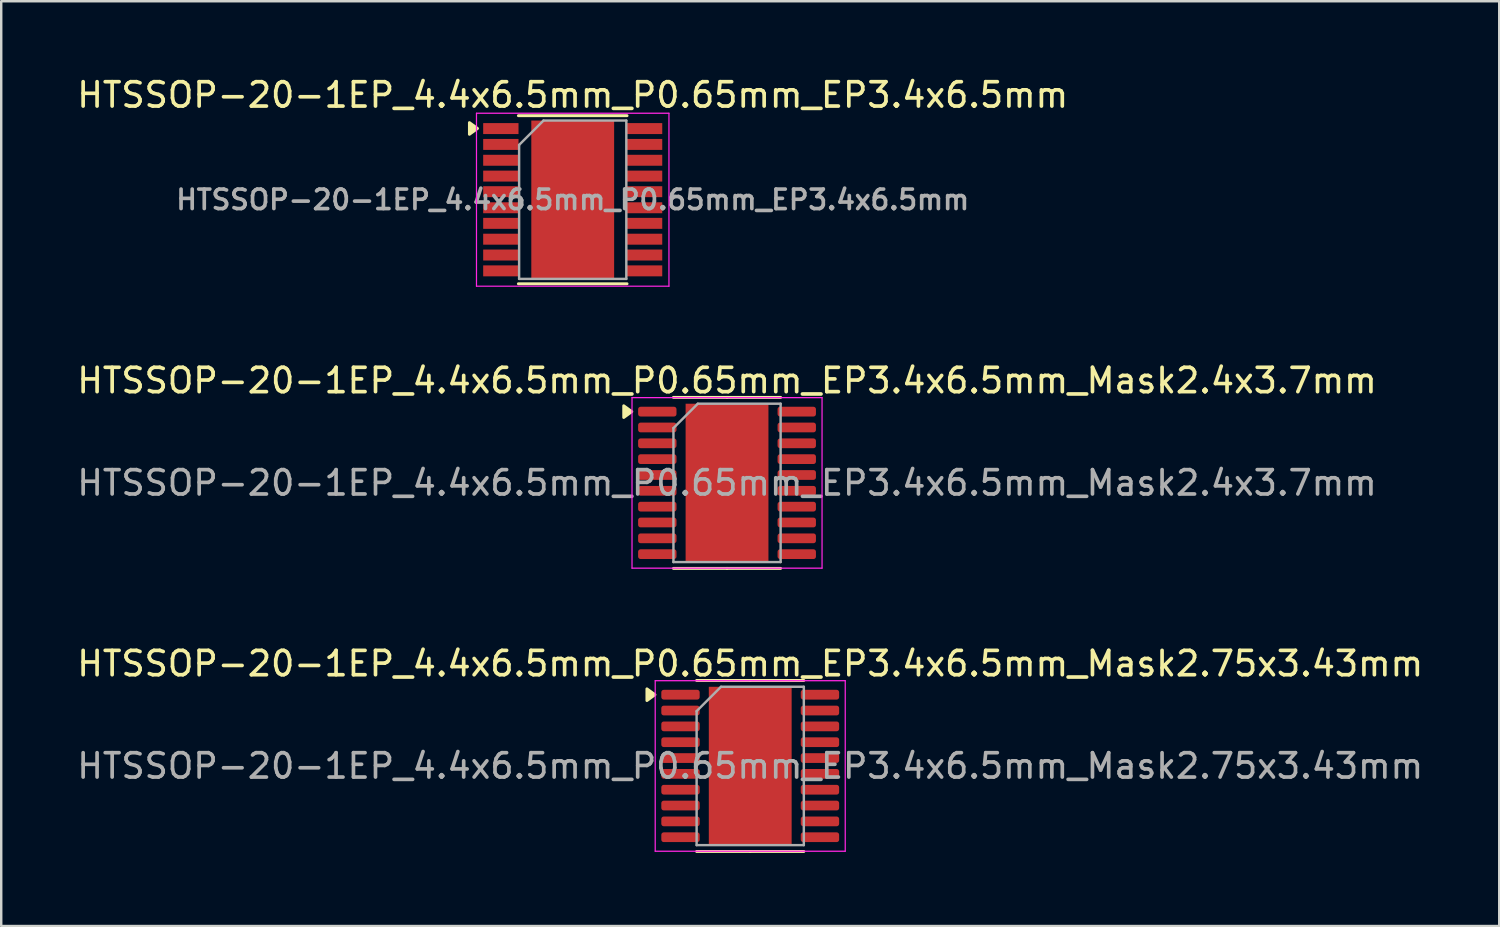
<source format=kicad_pcb>
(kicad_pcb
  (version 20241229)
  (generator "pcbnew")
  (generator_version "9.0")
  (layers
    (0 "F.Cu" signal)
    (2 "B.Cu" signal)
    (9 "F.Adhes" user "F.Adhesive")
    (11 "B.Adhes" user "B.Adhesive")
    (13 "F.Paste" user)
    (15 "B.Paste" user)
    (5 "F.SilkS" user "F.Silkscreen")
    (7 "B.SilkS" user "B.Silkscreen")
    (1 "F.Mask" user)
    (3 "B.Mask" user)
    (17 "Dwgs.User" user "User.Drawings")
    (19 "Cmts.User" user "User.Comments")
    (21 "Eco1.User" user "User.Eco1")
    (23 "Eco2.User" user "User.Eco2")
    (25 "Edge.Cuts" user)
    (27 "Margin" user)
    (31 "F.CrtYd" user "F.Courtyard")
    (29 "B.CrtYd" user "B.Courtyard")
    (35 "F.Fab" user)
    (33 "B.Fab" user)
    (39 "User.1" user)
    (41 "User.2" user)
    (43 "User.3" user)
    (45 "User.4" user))
  (footprint "HTSSOP-20-1EP_4.4x6.5mm_P0.65mm_EP3.4x6.5mm_Mask2.75x3.43mm"
    (layer "F.Cu")
    (at 27.744 28.39)
    (property "Reference" "HTSSOP-20-1EP_4.4x6.5mm_P0.65mm_EP3.4x6.5mm_Mask2.75x3.43mm" (at 0 -4.2 0) (layer "F.SilkS") (effects (font (size 1 1) (thickness 0.15))))
    (attr smd)
    (fp_line (start 0 -3.51) (end -2.2 -3.51) (stroke (width 0.12) (type solid)) (layer "F.SilkS"))
    (fp_line (start 0 -3.51) (end 2.2 -3.51) (stroke (width 0.12) (type solid)) (layer "F.SilkS"))
    (fp_line (start 0 3.51) (end -2.2 3.51) (stroke (width 0.12) (type solid)) (layer "F.SilkS"))
    (fp_line (start 0 3.51) (end 2.2 3.51) (stroke (width 0.12) (type solid)) (layer "F.SilkS"))
    (fp_poly (pts (xy -3.91 -2.925) (xy -4.24 -3.165) (xy -4.24 -2.685) (xy -3.91 -2.925)) (stroke (width 0.12) (type solid)) (fill yes) (layer "F.SilkS"))
    (fp_line (start -3.9 -3.5) (end -3.9 3.5) (stroke (width 0.05) (type solid)) (layer "F.CrtYd"))
    (fp_line (start -3.9 3.5) (end 3.9 3.5) (stroke (width 0.05) (type solid)) (layer "F.CrtYd"))
    (fp_line (start 3.9 -3.5) (end -3.9 -3.5) (stroke (width 0.05) (type solid)) (layer "F.CrtYd"))
    (fp_line (start 3.9 3.5) (end 3.9 -3.5) (stroke (width 0.05) (type solid)) (layer "F.CrtYd"))
    (fp_line (start -2.2 -2.25) (end -1.2 -3.25) (stroke (width 0.1) (type solid)) (layer "F.Fab"))
    (fp_line (start -2.2 3.25) (end -2.2 -2.25) (stroke (width 0.1) (type solid)) (layer "F.Fab"))
    (fp_line (start -1.2 -3.25) (end 2.2 -3.25) (stroke (width 0.1) (type solid)) (layer "F.Fab"))
    (fp_line (start 2.2 -3.25) (end 2.2 3.25) (stroke (width 0.1) (type solid)) (layer "F.Fab"))
    (fp_line (start 2.2 3.25) (end -2.2 3.25) (stroke (width 0.1) (type solid)) (layer "F.Fab"))
    (fp_text user "${REFERENCE}" (at 0 0 0) (layer "F.Fab") (effects (font (size 1 1) (thickness 0.15))))
    (pad "" smd roundrect (at -0.69 -0.86) (size 1.11 1.38) (layers "F.Paste") (roundrect_rratio 0.225))
    (pad "" smd roundrect (at -0.69 0.86) (size 1.11 1.38) (layers "F.Paste") (roundrect_rratio 0.225))
    (pad "" smd rect (at 0 0) (size 2.75 3.43) (layers "F.Mask"))
    (pad "" smd roundrect (at 0.69 -0.86) (size 1.11 1.38) (layers "F.Paste") (roundrect_rratio 0.225))
    (pad "" smd roundrect (at 0.69 0.86) (size 1.11 1.38) (layers "F.Paste") (roundrect_rratio 0.225))
    (pad "1" smd roundrect (at -2.862 -2.925) (size 1.575 0.4) (layers "F.Cu" "F.Mask" "F.Paste") (roundrect_rratio 0.25))
    (pad "2" smd roundrect (at -2.862 -2.275) (size 1.575 0.4) (layers "F.Cu" "F.Mask" "F.Paste") (roundrect_rratio 0.25))
    (pad "3" smd roundrect (at -2.862 -1.625) (size 1.575 0.4) (layers "F.Cu" "F.Mask" "F.Paste") (roundrect_rratio 0.25))
    (pad "4" smd roundrect (at -2.862 -0.975) (size 1.575 0.4) (layers "F.Cu" "F.Mask" "F.Paste") (roundrect_rratio 0.25))
    (pad "5" smd roundrect (at -2.862 -0.325) (size 1.575 0.4) (layers "F.Cu" "F.Mask" "F.Paste") (roundrect_rratio 0.25))
    (pad "6" smd roundrect (at -2.862 0.325) (size 1.575 0.4) (layers "F.Cu" "F.Mask" "F.Paste") (roundrect_rratio 0.25))
    (pad "7" smd roundrect (at -2.862 0.975) (size 1.575 0.4) (layers "F.Cu" "F.Mask" "F.Paste") (roundrect_rratio 0.25))
    (pad "8" smd roundrect (at -2.862 1.625) (size 1.575 0.4) (layers "F.Cu" "F.Mask" "F.Paste") (roundrect_rratio 0.25))
    (pad "9" smd roundrect (at -2.862 2.275) (size 1.575 0.4) (layers "F.Cu" "F.Mask" "F.Paste") (roundrect_rratio 0.25))
    (pad "10" smd roundrect (at -2.862 2.925) (size 1.575 0.4) (layers "F.Cu" "F.Mask" "F.Paste") (roundrect_rratio 0.25))
    (pad "11" smd roundrect (at 2.862 2.925) (size 1.575 0.4) (layers "F.Cu" "F.Mask" "F.Paste") (roundrect_rratio 0.25))
    (pad "12" smd roundrect (at 2.862 2.275) (size 1.575 0.4) (layers "F.Cu" "F.Mask" "F.Paste") (roundrect_rratio 0.25))
    (pad "13" smd roundrect (at 2.862 1.625) (size 1.575 0.4) (layers "F.Cu" "F.Mask" "F.Paste") (roundrect_rratio 0.25))
    (pad "14" smd roundrect (at 2.862 0.975) (size 1.575 0.4) (layers "F.Cu" "F.Mask" "F.Paste") (roundrect_rratio 0.25))
    (pad "15" smd roundrect (at 2.862 0.325) (size 1.575 0.4) (layers "F.Cu" "F.Mask" "F.Paste") (roundrect_rratio 0.25))
    (pad "16" smd roundrect (at 2.862 -0.325) (size 1.575 0.4) (layers "F.Cu" "F.Mask" "F.Paste") (roundrect_rratio 0.25))
    (pad "17" smd roundrect (at 2.862 -0.975) (size 1.575 0.4) (layers "F.Cu" "F.Mask" "F.Paste") (roundrect_rratio 0.25))
    (pad "18" smd roundrect (at 2.862 -1.625) (size 1.575 0.4) (layers "F.Cu" "F.Mask" "F.Paste") (roundrect_rratio 0.25))
    (pad "19" smd roundrect (at 2.862 -2.275) (size 1.575 0.4) (layers "F.Cu" "F.Mask" "F.Paste") (roundrect_rratio 0.25))
    (pad "20" smd roundrect (at 2.862 -2.925) (size 1.575 0.4) (layers "F.Cu" "F.Mask" "F.Paste") (roundrect_rratio 0.25))
    (pad "21" smd rect (at 0 0) (size 3.4 6.5) (property pad_prop_heatsink) (layers "F.Cu")))
  (footprint "HTSSOP-20-1EP_4.4x6.5mm_P0.65mm_EP3.4x6.5mm"
    (layer "F.Cu")
    (at 20.458 5.148)
    (property "Reference" "HTSSOP-20-1EP_4.4x6.5mm_P0.65mm_EP3.4x6.5mm" (at 0 -4.3 0) (layer "F.SilkS") (effects (font (size 1 1) (thickness 0.15))))
    (attr smd)
    (fp_line (start -2.23 -3.45) (end 2.23 -3.45) (stroke (width 0.12) (type solid)) (layer "F.SilkS"))
    (fp_line (start -2.23 3.45) (end 2.23 3.45) (stroke (width 0.12) (type solid)) (layer "F.SilkS"))
    (fp_poly (pts (xy -3.91 -2.925) (xy -4.24 -3.165) (xy -4.24 -2.685) (xy -3.91 -2.925)) (stroke (width 0.12) (type solid)) (fill yes) (layer "F.SilkS"))
    (fp_line (start -3.95 -3.55) (end -3.95 3.55) (stroke (width 0.05) (type solid)) (layer "F.CrtYd"))
    (fp_line (start -3.95 -3.55) (end 3.95 -3.55) (stroke (width 0.05) (type solid)) (layer "F.CrtYd"))
    (fp_line (start -3.95 3.55) (end 3.95 3.55) (stroke (width 0.05) (type solid)) (layer "F.CrtYd"))
    (fp_line (start 3.95 -3.55) (end 3.95 3.55) (stroke (width 0.05) (type solid)) (layer "F.CrtYd"))
    (fp_line (start -2.2 -2.25) (end -1.2 -3.25) (stroke (width 0.1) (type solid)) (layer "F.Fab"))
    (fp_line (start -2.2 3.25) (end -2.2 -2.25) (stroke (width 0.1) (type solid)) (layer "F.Fab"))
    (fp_line (start -1.2 -3.25) (end 2.2 -3.25) (stroke (width 0.1) (type solid)) (layer "F.Fab"))
    (fp_line (start 2.2 -3.25) (end 2.2 3.25) (stroke (width 0.1) (type solid)) (layer "F.Fab"))
    (fp_line (start 2.2 3.25) (end -2.2 3.25) (stroke (width 0.1) (type solid)) (layer "F.Fab"))
    (fp_text user "${REFERENCE}" (at 0 0 0) (layer "F.Fab") (effects (font (size 0.8 0.8) (thickness 0.15))))
    (pad "" smd rect (at -0.85 -2.438) (size 1.4 1.325) (layers "F.Paste"))
    (pad "" smd rect (at -0.85 -0.812) (size 1.4 1.325) (layers "F.Paste"))
    (pad "" smd rect (at -0.85 0.812) (size 1.4 1.325) (layers "F.Paste"))
    (pad "" smd rect (at -0.85 2.438) (size 1.4 1.325) (layers "F.Paste"))
    (pad "" smd rect (at 0.85 -2.438) (size 1.4 1.325) (layers "F.Paste"))
    (pad "" smd rect (at 0.85 -0.812) (size 1.4 1.325) (layers "F.Paste"))
    (pad "" smd rect (at 0.85 0.812) (size 1.4 1.325) (layers "F.Paste"))
    (pad "" smd rect (at 0.85 2.438) (size 1.4 1.325) (layers "F.Paste"))
    (pad "1" smd rect (at -2.95 -2.92) (size 1.45 0.45) (layers "F.Cu" "F.Mask" "F.Paste"))
    (pad "2" smd rect (at -2.95 -2.27) (size 1.45 0.45) (layers "F.Cu" "F.Mask" "F.Paste"))
    (pad "3" smd rect (at -2.95 -1.62) (size 1.45 0.45) (layers "F.Cu" "F.Mask" "F.Paste"))
    (pad "4" smd rect (at -2.95 -0.97) (size 1.45 0.45) (layers "F.Cu" "F.Mask" "F.Paste"))
    (pad "5" smd rect (at -2.95 -0.33) (size 1.45 0.45) (layers "F.Cu" "F.Mask" "F.Paste"))
    (pad "6" smd rect (at -2.95 0.33) (size 1.45 0.45) (layers "F.Cu" "F.Mask" "F.Paste"))
    (pad "7" smd rect (at -2.95 0.97) (size 1.45 0.45) (layers "F.Cu" "F.Mask" "F.Paste"))
    (pad "8" smd rect (at -2.95 1.62) (size 1.45 0.45) (layers "F.Cu" "F.Mask" "F.Paste"))
    (pad "9" smd rect (at -2.95 2.27) (size 1.45 0.45) (layers "F.Cu" "F.Mask" "F.Paste"))
    (pad "10" smd rect (at -2.95 2.92) (size 1.45 0.45) (layers "F.Cu" "F.Mask" "F.Paste"))
    (pad "11" smd rect (at 2.95 2.92) (size 1.45 0.45) (layers "F.Cu" "F.Mask" "F.Paste"))
    (pad "12" smd rect (at 2.95 2.27) (size 1.45 0.45) (layers "F.Cu" "F.Mask" "F.Paste"))
    (pad "13" smd rect (at 2.95 1.62) (size 1.45 0.45) (layers "F.Cu" "F.Mask" "F.Paste"))
    (pad "14" smd rect (at 2.95 0.97) (size 1.45 0.45) (layers "F.Cu" "F.Mask" "F.Paste"))
    (pad "15" smd rect (at 2.95 0.33) (size 1.45 0.45) (layers "F.Cu" "F.Mask" "F.Paste"))
    (pad "16" smd rect (at 2.95 -0.33) (size 1.45 0.45) (layers "F.Cu" "F.Mask" "F.Paste"))
    (pad "17" smd rect (at 2.95 -0.97) (size 1.45 0.45) (layers "F.Cu" "F.Mask" "F.Paste"))
    (pad "18" smd rect (at 2.95 -1.62) (size 1.45 0.45) (layers "F.Cu" "F.Mask" "F.Paste"))
    (pad "19" smd rect (at 2.95 -2.27) (size 1.45 0.45) (layers "F.Cu" "F.Mask" "F.Paste"))
    (pad "20" smd rect (at 2.95 -2.92) (size 1.45 0.45) (layers "F.Cu" "F.Mask" "F.Paste"))
    (pad "21" smd rect (at 0 0) (size 3.4 6.5) (layers "F.Cu" "F.Mask")))
  (footprint "HTSSOP-20-1EP_4.4x6.5mm_P0.65mm_EP3.4x6.5mm_Mask2.4x3.7mm"
    (layer "F.Cu")
    (at 26.792 16.771)
    (property "Reference" "HTSSOP-20-1EP_4.4x6.5mm_P0.65mm_EP3.4x6.5mm_Mask2.4x3.7mm" (at 0 -4.2 0) (layer "F.SilkS") (effects (font (size 1 1) (thickness 0.15))))
    (attr smd)
    (fp_line (start 0 -3.51) (end -2.2 -3.51) (stroke (width 0.12) (type solid)) (layer "F.SilkS"))
    (fp_line (start 0 -3.51) (end 2.2 -3.51) (stroke (width 0.12) (type solid)) (layer "F.SilkS"))
    (fp_line (start 0 3.51) (end -2.2 3.51) (stroke (width 0.12) (type solid)) (layer "F.SilkS"))
    (fp_line (start 0 3.51) (end 2.2 3.51) (stroke (width 0.12) (type solid)) (layer "F.SilkS"))
    (fp_poly (pts (xy -3.91 -2.925) (xy -4.24 -3.165) (xy -4.24 -2.685) (xy -3.91 -2.925)) (stroke (width 0.12) (type solid)) (fill yes) (layer "F.SilkS"))
    (fp_line (start -3.9 -3.5) (end -3.9 3.5) (stroke (width 0.05) (type solid)) (layer "F.CrtYd"))
    (fp_line (start -3.9 3.5) (end 3.9 3.5) (stroke (width 0.05) (type solid)) (layer "F.CrtYd"))
    (fp_line (start 3.9 -3.5) (end -3.9 -3.5) (stroke (width 0.05) (type solid)) (layer "F.CrtYd"))
    (fp_line (start 3.9 3.5) (end 3.9 -3.5) (stroke (width 0.05) (type solid)) (layer "F.CrtYd"))
    (fp_line (start -2.2 -2.25) (end -1.2 -3.25) (stroke (width 0.1) (type solid)) (layer "F.Fab"))
    (fp_line (start -2.2 3.25) (end -2.2 -2.25) (stroke (width 0.1) (type solid)) (layer "F.Fab"))
    (fp_line (start -1.2 -3.25) (end 2.2 -3.25) (stroke (width 0.1) (type solid)) (layer "F.Fab"))
    (fp_line (start 2.2 -3.25) (end 2.2 3.25) (stroke (width 0.1) (type solid)) (layer "F.Fab"))
    (fp_line (start 2.2 3.25) (end -2.2 3.25) (stroke (width 0.1) (type solid)) (layer "F.Fab"))
    (fp_text user "${REFERENCE}" (at 0 0 0) (layer "F.Fab") (effects (font (size 1 1) (thickness 0.15))))
    (pad "" smd roundrect (at 0 -0.925) (size 1.93 1.49) (layers "F.Paste") (roundrect_rratio 0.168))
    (pad "" smd rect (at 0 0) (size 2.4 3.7) (layers "F.Mask"))
    (pad "" smd roundrect (at 0 0.925) (size 1.93 1.49) (layers "F.Paste") (roundrect_rratio 0.168))
    (pad "1" smd roundrect (at -2.862 -2.925) (size 1.575 0.4) (layers "F.Cu" "F.Mask" "F.Paste") (roundrect_rratio 0.25))
    (pad "2" smd roundrect (at -2.862 -2.275) (size 1.575 0.4) (layers "F.Cu" "F.Mask" "F.Paste") (roundrect_rratio 0.25))
    (pad "3" smd roundrect (at -2.862 -1.625) (size 1.575 0.4) (layers "F.Cu" "F.Mask" "F.Paste") (roundrect_rratio 0.25))
    (pad "4" smd roundrect (at -2.862 -0.975) (size 1.575 0.4) (layers "F.Cu" "F.Mask" "F.Paste") (roundrect_rratio 0.25))
    (pad "5" smd roundrect (at -2.862 -0.325) (size 1.575 0.4) (layers "F.Cu" "F.Mask" "F.Paste") (roundrect_rratio 0.25))
    (pad "6" smd roundrect (at -2.862 0.325) (size 1.575 0.4) (layers "F.Cu" "F.Mask" "F.Paste") (roundrect_rratio 0.25))
    (pad "7" smd roundrect (at -2.862 0.975) (size 1.575 0.4) (layers "F.Cu" "F.Mask" "F.Paste") (roundrect_rratio 0.25))
    (pad "8" smd roundrect (at -2.862 1.625) (size 1.575 0.4) (layers "F.Cu" "F.Mask" "F.Paste") (roundrect_rratio 0.25))
    (pad "9" smd roundrect (at -2.862 2.275) (size 1.575 0.4) (layers "F.Cu" "F.Mask" "F.Paste") (roundrect_rratio 0.25))
    (pad "10" smd roundrect (at -2.862 2.925) (size 1.575 0.4) (layers "F.Cu" "F.Mask" "F.Paste") (roundrect_rratio 0.25))
    (pad "11" smd roundrect (at 2.862 2.925) (size 1.575 0.4) (layers "F.Cu" "F.Mask" "F.Paste") (roundrect_rratio 0.25))
    (pad "12" smd roundrect (at 2.862 2.275) (size 1.575 0.4) (layers "F.Cu" "F.Mask" "F.Paste") (roundrect_rratio 0.25))
    (pad "13" smd roundrect (at 2.862 1.625) (size 1.575 0.4) (layers "F.Cu" "F.Mask" "F.Paste") (roundrect_rratio 0.25))
    (pad "14" smd roundrect (at 2.862 0.975) (size 1.575 0.4) (layers "F.Cu" "F.Mask" "F.Paste") (roundrect_rratio 0.25))
    (pad "15" smd roundrect (at 2.862 0.325) (size 1.575 0.4) (layers "F.Cu" "F.Mask" "F.Paste") (roundrect_rratio 0.25))
    (pad "16" smd roundrect (at 2.862 -0.325) (size 1.575 0.4) (layers "F.Cu" "F.Mask" "F.Paste") (roundrect_rratio 0.25))
    (pad "17" smd roundrect (at 2.862 -0.975) (size 1.575 0.4) (layers "F.Cu" "F.Mask" "F.Paste") (roundrect_rratio 0.25))
    (pad "18" smd roundrect (at 2.862 -1.625) (size 1.575 0.4) (layers "F.Cu" "F.Mask" "F.Paste") (roundrect_rratio 0.25))
    (pad "19" smd roundrect (at 2.862 -2.275) (size 1.575 0.4) (layers "F.Cu" "F.Mask" "F.Paste") (roundrect_rratio 0.25))
    (pad "20" smd roundrect (at 2.862 -2.925) (size 1.575 0.4) (layers "F.Cu" "F.Mask" "F.Paste") (roundrect_rratio 0.25))
    (pad "21" smd rect (at 0 0) (size 3.4 6.5) (property pad_prop_heatsink) (layers "F.Cu")))
  (gr_rect
    (start -3 -3)
    (end 58.488 34.96)
    (stroke (width 0.1) (type default))
    (fill no)
    (layer "Edge.Cuts")))
</source>
